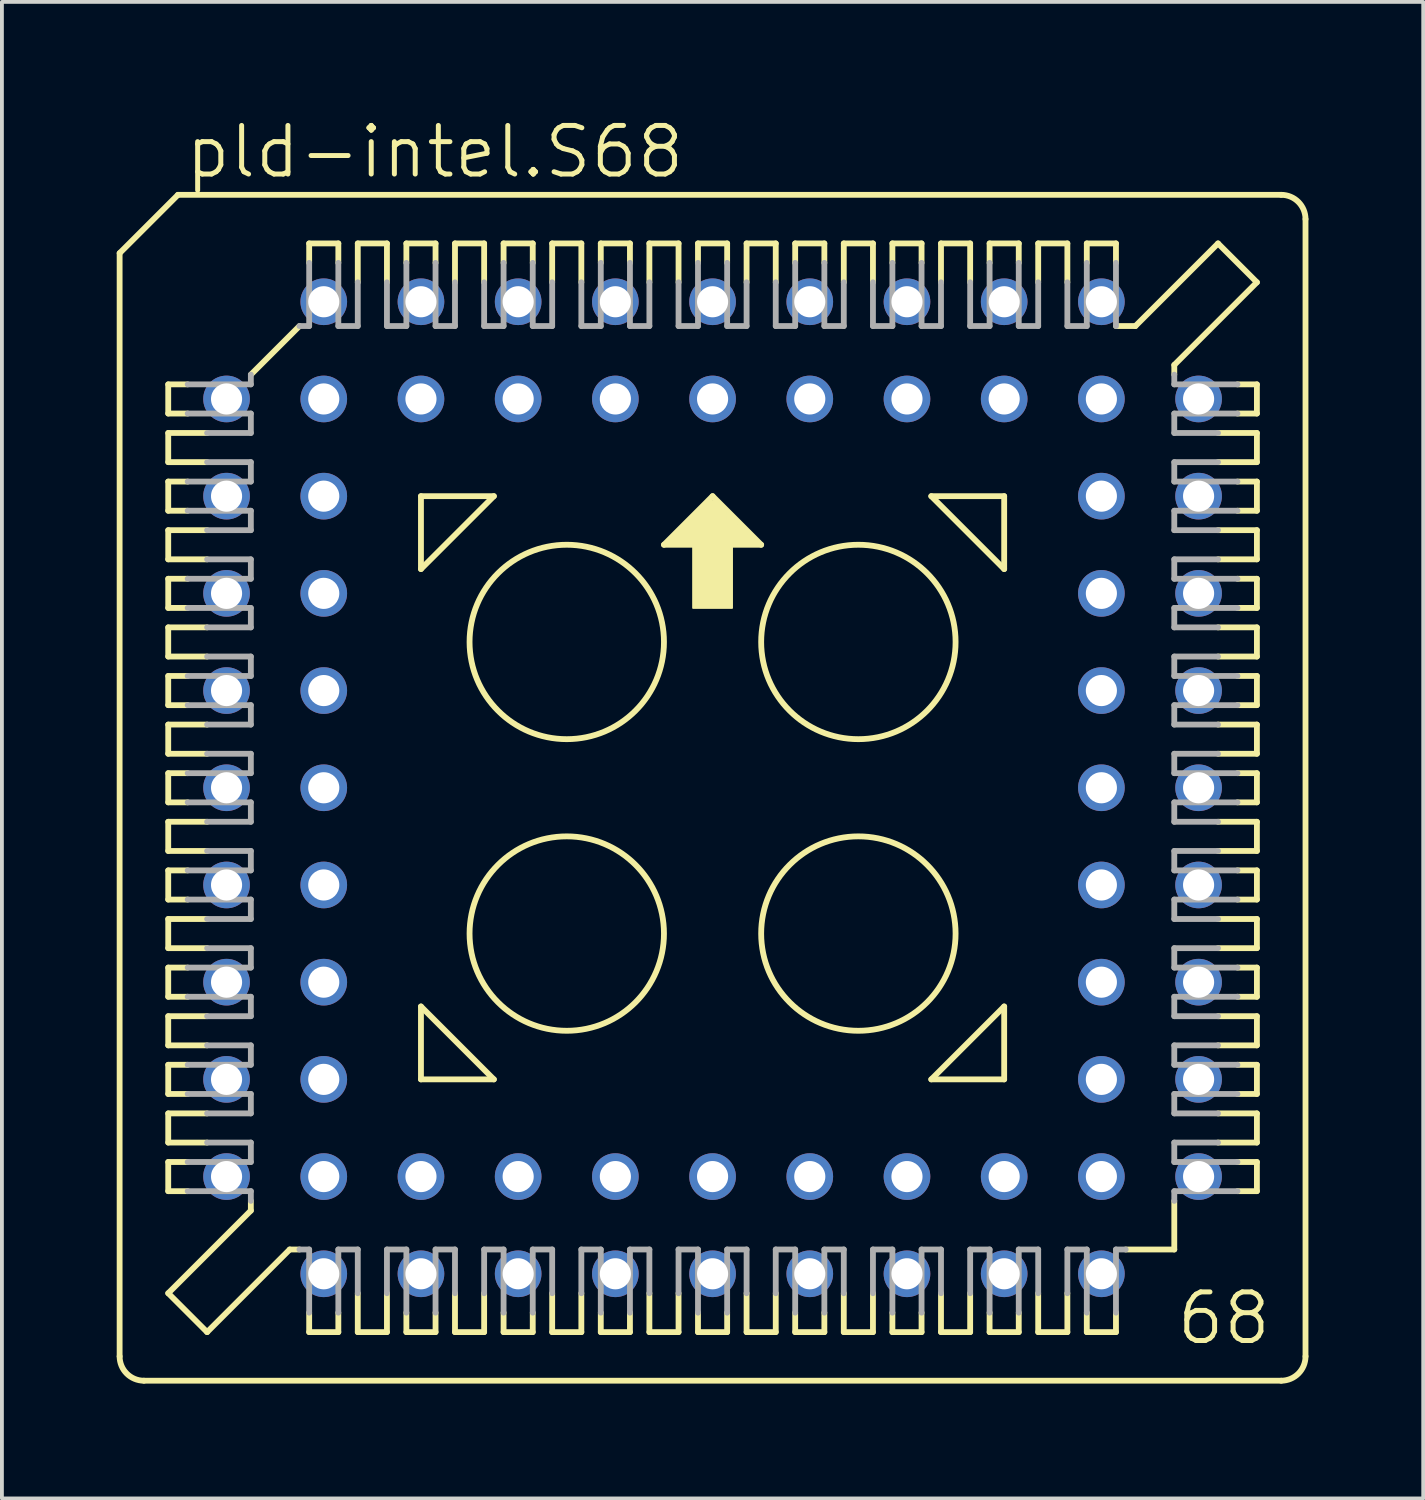
<source format=kicad_pcb>
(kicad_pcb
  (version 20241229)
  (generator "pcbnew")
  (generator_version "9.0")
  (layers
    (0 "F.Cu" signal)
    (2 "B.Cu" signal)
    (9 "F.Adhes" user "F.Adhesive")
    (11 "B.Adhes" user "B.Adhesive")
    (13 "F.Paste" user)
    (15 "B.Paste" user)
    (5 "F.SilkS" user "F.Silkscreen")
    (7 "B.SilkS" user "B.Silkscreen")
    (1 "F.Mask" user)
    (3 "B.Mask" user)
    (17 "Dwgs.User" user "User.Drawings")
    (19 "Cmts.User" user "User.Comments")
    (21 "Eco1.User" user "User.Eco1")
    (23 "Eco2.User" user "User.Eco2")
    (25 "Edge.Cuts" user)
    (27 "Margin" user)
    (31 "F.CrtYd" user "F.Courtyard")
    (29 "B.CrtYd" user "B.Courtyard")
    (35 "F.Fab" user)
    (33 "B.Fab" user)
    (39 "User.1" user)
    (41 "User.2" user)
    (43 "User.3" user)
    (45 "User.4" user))
  (footprint "pld-intel.S68"
    (layer "F.Cu")
    (at 15.57 17.535)
    (property "Reference" "pld-intel.S68" (at -13.843 -15.875 0) (layer "F.SilkS") (effects (font (size 1.27 1.27) (thickness 0.13)) (justify left bottom)))
    (attr through_hole)
    (fp_line (start -15.494 -13.97) (end -15.494 14.859) (stroke (width 0.152) (type default)) (layer "F.SilkS"))
    (fp_line (start -14.224 -10.541) (end -14.224 -9.779) (stroke (width 0.152) (type default)) (layer "F.SilkS"))
    (fp_line (start -14.224 -9.779) (end -13.716 -9.779) (stroke (width 0.152) (type default)) (layer "F.SilkS"))
    (fp_line (start -14.224 -9.271) (end -14.224 -8.509) (stroke (width 0.152) (type default)) (layer "F.SilkS"))
    (fp_line (start -14.224 -8.509) (end -13.208 -8.509) (stroke (width 0.152) (type default)) (layer "F.SilkS"))
    (fp_line (start -14.224 -8.001) (end -13.716 -8.001) (stroke (width 0.152) (type default)) (layer "F.SilkS"))
    (fp_line (start -14.224 -7.239) (end -14.224 -8.001) (stroke (width 0.152) (type default)) (layer "F.SilkS"))
    (fp_line (start -14.224 -6.731) (end -14.224 -5.969) (stroke (width 0.152) (type default)) (layer "F.SilkS"))
    (fp_line (start -14.224 -5.969) (end -13.208 -5.969) (stroke (width 0.152) (type default)) (layer "F.SilkS"))
    (fp_line (start -14.224 -5.461) (end -14.224 -4.699) (stroke (width 0.152) (type default)) (layer "F.SilkS"))
    (fp_line (start -14.224 -4.699) (end -13.716 -4.699) (stroke (width 0.152) (type default)) (layer "F.SilkS"))
    (fp_line (start -14.224 -4.191) (end -14.224 -3.429) (stroke (width 0.152) (type default)) (layer "F.SilkS"))
    (fp_line (start -14.224 -3.429) (end -13.208 -3.429) (stroke (width 0.152) (type default)) (layer "F.SilkS"))
    (fp_line (start -14.224 -2.921) (end -14.224 -2.159) (stroke (width 0.152) (type default)) (layer "F.SilkS"))
    (fp_line (start -14.224 -2.159) (end -13.716 -2.159) (stroke (width 0.152) (type default)) (layer "F.SilkS"))
    (fp_line (start -14.224 -1.651) (end -13.208 -1.651) (stroke (width 0.152) (type default)) (layer "F.SilkS"))
    (fp_line (start -14.224 -0.889) (end -14.224 -1.651) (stroke (width 0.152) (type default)) (layer "F.SilkS"))
    (fp_line (start -14.224 -0.381) (end -13.716 -0.381) (stroke (width 0.152) (type default)) (layer "F.SilkS"))
    (fp_line (start -14.224 0.381) (end -14.224 -0.381) (stroke (width 0.152) (type default)) (layer "F.SilkS"))
    (fp_line (start -14.224 0.889) (end -13.208 0.889) (stroke (width 0.152) (type default)) (layer "F.SilkS"))
    (fp_line (start -14.224 1.651) (end -14.224 0.889) (stroke (width 0.152) (type default)) (layer "F.SilkS"))
    (fp_line (start -14.224 2.159) (end -13.716 2.159) (stroke (width 0.152) (type default)) (layer "F.SilkS"))
    (fp_line (start -14.224 2.921) (end -14.224 2.159) (stroke (width 0.152) (type default)) (layer "F.SilkS"))
    (fp_line (start -14.224 3.429) (end -13.208 3.429) (stroke (width 0.152) (type default)) (layer "F.SilkS"))
    (fp_line (start -14.224 4.191) (end -14.224 3.429) (stroke (width 0.152) (type default)) (layer "F.SilkS"))
    (fp_line (start -14.224 4.699) (end -13.716 4.699) (stroke (width 0.152) (type default)) (layer "F.SilkS"))
    (fp_line (start -14.224 5.461) (end -14.224 4.699) (stroke (width 0.152) (type default)) (layer "F.SilkS"))
    (fp_line (start -14.224 5.969) (end -14.224 6.731) (stroke (width 0.152) (type default)) (layer "F.SilkS"))
    (fp_line (start -14.224 6.731) (end -13.208 6.731) (stroke (width 0.152) (type default)) (layer "F.SilkS"))
    (fp_line (start -14.224 7.239) (end -14.224 8.001) (stroke (width 0.152) (type default)) (layer "F.SilkS"))
    (fp_line (start -14.224 8.001) (end -13.716 8.001) (stroke (width 0.152) (type default)) (layer "F.SilkS"))
    (fp_line (start -14.224 8.509) (end -14.224 9.271) (stroke (width 0.152) (type default)) (layer "F.SilkS"))
    (fp_line (start -14.224 9.271) (end -13.208 9.271) (stroke (width 0.152) (type default)) (layer "F.SilkS"))
    (fp_line (start -14.224 9.779) (end -13.716 9.779) (stroke (width 0.152) (type default)) (layer "F.SilkS"))
    (fp_line (start -14.224 10.541) (end -14.224 9.779) (stroke (width 0.152) (type default)) (layer "F.SilkS"))
    (fp_line (start -14.224 13.208) (end -12.065 11.049) (stroke (width 0.152) (type default)) (layer "F.SilkS"))
    (fp_line (start -13.97 -15.494) (end -15.494 -13.97) (stroke (width 0.152) (type default)) (layer "F.SilkS"))
    (fp_line (start -13.716 -10.541) (end -14.224 -10.541) (stroke (width 0.152) (type default)) (layer "F.SilkS"))
    (fp_line (start -13.716 -7.239) (end -14.224 -7.239) (stroke (width 0.152) (type default)) (layer "F.SilkS"))
    (fp_line (start -13.716 -5.461) (end -14.224 -5.461) (stroke (width 0.152) (type default)) (layer "F.SilkS"))
    (fp_line (start -13.716 -2.921) (end -14.224 -2.921) (stroke (width 0.152) (type default)) (layer "F.SilkS"))
    (fp_line (start -13.716 0.381) (end -14.224 0.381) (stroke (width 0.152) (type default)) (layer "F.SilkS"))
    (fp_line (start -13.716 2.921) (end -14.224 2.921) (stroke (width 0.152) (type default)) (layer "F.SilkS"))
    (fp_line (start -13.716 5.461) (end -14.224 5.461) (stroke (width 0.152) (type default)) (layer "F.SilkS"))
    (fp_line (start -13.716 7.239) (end -14.224 7.239) (stroke (width 0.152) (type default)) (layer "F.SilkS"))
    (fp_line (start -13.716 10.541) (end -14.224 10.541) (stroke (width 0.152) (type default)) (layer "F.SilkS"))
    (fp_line (start -13.208 -9.271) (end -14.224 -9.271) (stroke (width 0.152) (type default)) (layer "F.SilkS"))
    (fp_line (start -13.208 -6.731) (end -14.224 -6.731) (stroke (width 0.152) (type default)) (layer "F.SilkS"))
    (fp_line (start -13.208 -4.191) (end -14.224 -4.191) (stroke (width 0.152) (type default)) (layer "F.SilkS"))
    (fp_line (start -13.208 -0.889) (end -14.224 -0.889) (stroke (width 0.152) (type default)) (layer "F.SilkS"))
    (fp_line (start -13.208 1.651) (end -14.224 1.651) (stroke (width 0.152) (type default)) (layer "F.SilkS"))
    (fp_line (start -13.208 4.191) (end -14.224 4.191) (stroke (width 0.152) (type default)) (layer "F.SilkS"))
    (fp_line (start -13.208 5.969) (end -14.224 5.969) (stroke (width 0.152) (type default)) (layer "F.SilkS"))
    (fp_line (start -13.208 8.509) (end -14.224 8.509) (stroke (width 0.152) (type default)) (layer "F.SilkS"))
    (fp_line (start -13.208 14.224) (end -14.224 13.208) (stroke (width 0.152) (type default)) (layer "F.SilkS"))
    (fp_line (start -13.208 14.224) (end -11.049 12.065) (stroke (width 0.152) (type default)) (layer "F.SilkS"))
    (fp_line (start -12.065 -10.795) (end -10.795 -12.065) (stroke (width 0.152) (type default)) (layer "F.SilkS"))
    (fp_line (start -12.065 11.049) (end -12.065 10.795) (stroke (width 0.152) (type default)) (layer "F.SilkS"))
    (fp_line (start -11.049 12.065) (end -10.795 12.065) (stroke (width 0.152) (type default)) (layer "F.SilkS"))
    (fp_line (start -10.541 -14.224) (end -10.541 -13.716) (stroke (width 0.152) (type default)) (layer "F.SilkS"))
    (fp_line (start -10.541 13.716) (end -10.541 14.224) (stroke (width 0.152) (type default)) (layer "F.SilkS"))
    (fp_line (start -10.541 14.224) (end -9.779 14.224) (stroke (width 0.152) (type default)) (layer "F.SilkS"))
    (fp_line (start -9.779 -14.224) (end -10.541 -14.224) (stroke (width 0.152) (type default)) (layer "F.SilkS"))
    (fp_line (start -9.779 -13.716) (end -9.779 -14.224) (stroke (width 0.152) (type default)) (layer "F.SilkS"))
    (fp_line (start -9.779 14.224) (end -9.779 13.716) (stroke (width 0.152) (type default)) (layer "F.SilkS"))
    (fp_line (start -9.271 -14.224) (end -9.271 -13.208) (stroke (width 0.152) (type default)) (layer "F.SilkS"))
    (fp_line (start -9.271 13.208) (end -9.271 14.224) (stroke (width 0.152) (type default)) (layer "F.SilkS"))
    (fp_line (start -9.271 14.224) (end -8.509 14.224) (stroke (width 0.152) (type default)) (layer "F.SilkS"))
    (fp_line (start -8.509 -14.224) (end -9.271 -14.224) (stroke (width 0.152) (type default)) (layer "F.SilkS"))
    (fp_line (start -8.509 -13.208) (end -8.509 -14.224) (stroke (width 0.152) (type default)) (layer "F.SilkS"))
    (fp_line (start -8.509 14.224) (end -8.509 13.208) (stroke (width 0.152) (type default)) (layer "F.SilkS"))
    (fp_line (start -8.001 -14.224) (end -8.001 -13.716) (stroke (width 0.152) (type default)) (layer "F.SilkS"))
    (fp_line (start -8.001 14.224) (end -8.001 13.716) (stroke (width 0.152) (type default)) (layer "F.SilkS"))
    (fp_line (start -7.62 -7.62) (end -5.715 -7.62) (stroke (width 0.152) (type default)) (layer "F.SilkS"))
    (fp_line (start -7.62 -5.715) (end -7.62 -7.62) (stroke (width 0.152) (type default)) (layer "F.SilkS"))
    (fp_line (start -7.62 5.715) (end -5.715 7.62) (stroke (width 0.152) (type default)) (layer "F.SilkS"))
    (fp_line (start -7.62 7.62) (end -7.62 5.715) (stroke (width 0.152) (type default)) (layer "F.SilkS"))
    (fp_line (start -7.239 -14.224) (end -8.001 -14.224) (stroke (width 0.152) (type default)) (layer "F.SilkS"))
    (fp_line (start -7.239 -13.716) (end -7.239 -14.224) (stroke (width 0.152) (type default)) (layer "F.SilkS"))
    (fp_line (start -7.239 13.716) (end -7.239 14.224) (stroke (width 0.152) (type default)) (layer "F.SilkS"))
    (fp_line (start -7.239 14.224) (end -8.001 14.224) (stroke (width 0.152) (type default)) (layer "F.SilkS"))
    (fp_line (start -6.731 -14.224) (end -6.731 -13.208) (stroke (width 0.152) (type default)) (layer "F.SilkS"))
    (fp_line (start -6.731 13.208) (end -6.731 14.224) (stroke (width 0.152) (type default)) (layer "F.SilkS"))
    (fp_line (start -6.731 14.224) (end -5.969 14.224) (stroke (width 0.152) (type default)) (layer "F.SilkS"))
    (fp_line (start -5.969 -14.224) (end -6.731 -14.224) (stroke (width 0.152) (type default)) (layer "F.SilkS"))
    (fp_line (start -5.969 -13.208) (end -5.969 -14.224) (stroke (width 0.152) (type default)) (layer "F.SilkS"))
    (fp_line (start -5.969 14.224) (end -5.969 13.208) (stroke (width 0.152) (type default)) (layer "F.SilkS"))
    (fp_line (start -5.715 -7.62) (end -7.62 -5.715) (stroke (width 0.152) (type default)) (layer "F.SilkS"))
    (fp_line (start -5.715 7.62) (end -7.62 7.62) (stroke (width 0.152) (type default)) (layer "F.SilkS"))
    (fp_line (start -5.461 -14.224) (end -5.461 -13.716) (stroke (width 0.152) (type default)) (layer "F.SilkS"))
    (fp_line (start -5.461 13.716) (end -5.461 14.224) (stroke (width 0.152) (type default)) (layer "F.SilkS"))
    (fp_line (start -5.461 14.224) (end -4.699 14.224) (stroke (width 0.152) (type default)) (layer "F.SilkS"))
    (fp_line (start -4.699 -14.224) (end -5.461 -14.224) (stroke (width 0.152) (type default)) (layer "F.SilkS"))
    (fp_line (start -4.699 -13.716) (end -4.699 -14.224) (stroke (width 0.152) (type default)) (layer "F.SilkS"))
    (fp_line (start -4.699 14.224) (end -4.699 13.716) (stroke (width 0.152) (type default)) (layer "F.SilkS"))
    (fp_line (start -4.191 -14.224) (end -4.191 -13.208) (stroke (width 0.152) (type default)) (layer "F.SilkS"))
    (fp_line (start -4.191 13.208) (end -4.191 14.224) (stroke (width 0.152) (type default)) (layer "F.SilkS"))
    (fp_line (start -4.191 14.224) (end -3.429 14.224) (stroke (width 0.152) (type default)) (layer "F.SilkS"))
    (fp_line (start -3.429 -14.224) (end -4.191 -14.224) (stroke (width 0.152) (type default)) (layer "F.SilkS"))
    (fp_line (start -3.429 -13.208) (end -3.429 -14.224) (stroke (width 0.152) (type default)) (layer "F.SilkS"))
    (fp_line (start -3.429 14.224) (end -3.429 13.208) (stroke (width 0.152) (type default)) (layer "F.SilkS"))
    (fp_line (start -2.921 -14.224) (end -2.921 -13.716) (stroke (width 0.152) (type default)) (layer "F.SilkS"))
    (fp_line (start -2.921 13.716) (end -2.921 14.224) (stroke (width 0.152) (type default)) (layer "F.SilkS"))
    (fp_line (start -2.921 14.224) (end -2.159 14.224) (stroke (width 0.152) (type default)) (layer "F.SilkS"))
    (fp_line (start -2.159 -14.224) (end -2.921 -14.224) (stroke (width 0.152) (type default)) (layer "F.SilkS"))
    (fp_line (start -2.159 -13.716) (end -2.159 -14.224) (stroke (width 0.152) (type default)) (layer "F.SilkS"))
    (fp_line (start -2.159 14.224) (end -2.159 13.716) (stroke (width 0.152) (type default)) (layer "F.SilkS"))
    (fp_line (start -1.651 -14.224) (end -1.651 -13.208) (stroke (width 0.152) (type default)) (layer "F.SilkS"))
    (fp_line (start -1.651 13.208) (end -1.651 14.224) (stroke (width 0.152) (type default)) (layer "F.SilkS"))
    (fp_line (start -1.651 14.224) (end -0.889 14.224) (stroke (width 0.152) (type default)) (layer "F.SilkS"))
    (fp_line (start -1.27 -6.35) (end 1.27 -6.35) (stroke (width 0.152) (type default)) (layer "F.SilkS"))
    (fp_line (start -0.889 -14.224) (end -1.651 -14.224) (stroke (width 0.152) (type default)) (layer "F.SilkS"))
    (fp_line (start -0.889 -13.208) (end -0.889 -14.224) (stroke (width 0.152) (type default)) (layer "F.SilkS"))
    (fp_line (start -0.889 14.224) (end -0.889 13.208) (stroke (width 0.152) (type default)) (layer "F.SilkS"))
    (fp_line (start -0.381 -14.224) (end -0.381 -13.716) (stroke (width 0.152) (type default)) (layer "F.SilkS"))
    (fp_line (start -0.381 13.716) (end -0.381 14.224) (stroke (width 0.152) (type default)) (layer "F.SilkS"))
    (fp_line (start -0.381 14.224) (end 0.381 14.224) (stroke (width 0.152) (type default)) (layer "F.SilkS"))
    (fp_line (start 0 -7.62) (end -1.27 -6.35) (stroke (width 0.152) (type default)) (layer "F.SilkS"))
    (fp_line (start 0.381 -14.224) (end -0.381 -14.224) (stroke (width 0.152) (type default)) (layer "F.SilkS"))
    (fp_line (start 0.381 -13.716) (end 0.381 -14.224) (stroke (width 0.152) (type default)) (layer "F.SilkS"))
    (fp_line (start 0.381 14.224) (end 0.381 13.716) (stroke (width 0.152) (type default)) (layer "F.SilkS"))
    (fp_line (start 0.889 -14.224) (end 0.889 -13.208) (stroke (width 0.152) (type default)) (layer "F.SilkS"))
    (fp_line (start 0.889 13.208) (end 0.889 14.224) (stroke (width 0.152) (type default)) (layer "F.SilkS"))
    (fp_line (start 0.889 14.224) (end 1.651 14.224) (stroke (width 0.152) (type default)) (layer "F.SilkS"))
    (fp_line (start 1.27 -6.35) (end 0 -7.62) (stroke (width 0.152) (type default)) (layer "F.SilkS"))
    (fp_line (start 1.651 -14.224) (end 0.889 -14.224) (stroke (width 0.152) (type default)) (layer "F.SilkS"))
    (fp_line (start 1.651 -13.208) (end 1.651 -14.224) (stroke (width 0.152) (type default)) (layer "F.SilkS"))
    (fp_line (start 1.651 14.224) (end 1.651 13.208) (stroke (width 0.152) (type default)) (layer "F.SilkS"))
    (fp_line (start 2.159 -14.224) (end 2.159 -13.716) (stroke (width 0.152) (type default)) (layer "F.SilkS"))
    (fp_line (start 2.159 13.716) (end 2.159 14.224) (stroke (width 0.152) (type default)) (layer "F.SilkS"))
    (fp_line (start 2.159 14.224) (end 2.921 14.224) (stroke (width 0.152) (type default)) (layer "F.SilkS"))
    (fp_line (start 2.921 -14.224) (end 2.159 -14.224) (stroke (width 0.152) (type default)) (layer "F.SilkS"))
    (fp_line (start 2.921 -13.716) (end 2.921 -14.224) (stroke (width 0.152) (type default)) (layer "F.SilkS"))
    (fp_line (start 2.921 14.224) (end 2.921 13.716) (stroke (width 0.152) (type default)) (layer "F.SilkS"))
    (fp_line (start 3.429 -14.224) (end 3.429 -13.208) (stroke (width 0.152) (type default)) (layer "F.SilkS"))
    (fp_line (start 3.429 13.208) (end 3.429 14.224) (stroke (width 0.152) (type default)) (layer "F.SilkS"))
    (fp_line (start 3.429 14.224) (end 4.191 14.224) (stroke (width 0.152) (type default)) (layer "F.SilkS"))
    (fp_line (start 4.191 -14.224) (end 3.429 -14.224) (stroke (width 0.152) (type default)) (layer "F.SilkS"))
    (fp_line (start 4.191 -13.208) (end 4.191 -14.224) (stroke (width 0.152) (type default)) (layer "F.SilkS"))
    (fp_line (start 4.191 14.224) (end 4.191 13.208) (stroke (width 0.152) (type default)) (layer "F.SilkS"))
    (fp_line (start 4.699 -14.224) (end 4.699 -13.716) (stroke (width 0.152) (type default)) (layer "F.SilkS"))
    (fp_line (start 4.699 13.716) (end 4.699 14.224) (stroke (width 0.152) (type default)) (layer "F.SilkS"))
    (fp_line (start 4.699 14.224) (end 5.461 14.224) (stroke (width 0.152) (type default)) (layer "F.SilkS"))
    (fp_line (start 5.461 -14.224) (end 4.699 -14.224) (stroke (width 0.152) (type default)) (layer "F.SilkS"))
    (fp_line (start 5.461 -13.716) (end 5.461 -14.224) (stroke (width 0.152) (type default)) (layer "F.SilkS"))
    (fp_line (start 5.461 14.224) (end 5.461 13.716) (stroke (width 0.152) (type default)) (layer "F.SilkS"))
    (fp_line (start 5.715 -7.62) (end 7.62 -7.62) (stroke (width 0.152) (type default)) (layer "F.SilkS"))
    (fp_line (start 5.715 7.62) (end 7.62 7.62) (stroke (width 0.152) (type default)) (layer "F.SilkS"))
    (fp_line (start 5.969 -14.224) (end 5.969 -13.208) (stroke (width 0.152) (type default)) (layer "F.SilkS"))
    (fp_line (start 5.969 13.208) (end 5.969 14.224) (stroke (width 0.152) (type default)) (layer "F.SilkS"))
    (fp_line (start 5.969 14.224) (end 6.731 14.224) (stroke (width 0.152) (type default)) (layer "F.SilkS"))
    (fp_line (start 6.731 -14.224) (end 5.969 -14.224) (stroke (width 0.152) (type default)) (layer "F.SilkS"))
    (fp_line (start 6.731 -13.208) (end 6.731 -14.224) (stroke (width 0.152) (type default)) (layer "F.SilkS"))
    (fp_line (start 6.731 14.224) (end 6.731 13.208) (stroke (width 0.152) (type default)) (layer "F.SilkS"))
    (fp_line (start 7.239 -14.224) (end 8.001 -14.224) (stroke (width 0.152) (type default)) (layer "F.SilkS"))
    (fp_line (start 7.239 -13.716) (end 7.239 -14.224) (stroke (width 0.152) (type default)) (layer "F.SilkS"))
    (fp_line (start 7.239 13.716) (end 7.239 14.224) (stroke (width 0.152) (type default)) (layer "F.SilkS"))
    (fp_line (start 7.239 14.224) (end 8.001 14.224) (stroke (width 0.152) (type default)) (layer "F.SilkS"))
    (fp_line (start 7.62 -7.62) (end 7.62 -5.715) (stroke (width 0.152) (type default)) (layer "F.SilkS"))
    (fp_line (start 7.62 -5.715) (end 5.715 -7.62) (stroke (width 0.152) (type default)) (layer "F.SilkS"))
    (fp_line (start 7.62 5.715) (end 5.715 7.62) (stroke (width 0.152) (type default)) (layer "F.SilkS"))
    (fp_line (start 7.62 7.62) (end 7.62 5.715) (stroke (width 0.152) (type default)) (layer "F.SilkS"))
    (fp_line (start 8.001 -14.224) (end 8.001 -13.716) (stroke (width 0.152) (type default)) (layer "F.SilkS"))
    (fp_line (start 8.001 14.224) (end 8.001 13.716) (stroke (width 0.152) (type default)) (layer "F.SilkS"))
    (fp_line (start 8.509 -14.224) (end 8.509 -13.208) (stroke (width 0.152) (type default)) (layer "F.SilkS"))
    (fp_line (start 8.509 13.208) (end 8.509 14.224) (stroke (width 0.152) (type default)) (layer "F.SilkS"))
    (fp_line (start 8.509 14.224) (end 9.271 14.224) (stroke (width 0.152) (type default)) (layer "F.SilkS"))
    (fp_line (start 9.271 -14.224) (end 8.509 -14.224) (stroke (width 0.152) (type default)) (layer "F.SilkS"))
    (fp_line (start 9.271 -13.208) (end 9.271 -14.224) (stroke (width 0.152) (type default)) (layer "F.SilkS"))
    (fp_line (start 9.271 14.224) (end 9.271 13.208) (stroke (width 0.152) (type default)) (layer "F.SilkS"))
    (fp_line (start 9.779 -14.224) (end 9.779 -13.716) (stroke (width 0.152) (type default)) (layer "F.SilkS"))
    (fp_line (start 9.779 13.716) (end 9.779 14.224) (stroke (width 0.152) (type default)) (layer "F.SilkS"))
    (fp_line (start 9.779 14.224) (end 10.541 14.224) (stroke (width 0.152) (type default)) (layer "F.SilkS"))
    (fp_line (start 10.541 -14.224) (end 9.779 -14.224) (stroke (width 0.152) (type default)) (layer "F.SilkS"))
    (fp_line (start 10.541 -13.716) (end 10.541 -14.224) (stroke (width 0.152) (type default)) (layer "F.SilkS"))
    (fp_line (start 10.541 14.224) (end 10.541 13.716) (stroke (width 0.152) (type default)) (layer "F.SilkS"))
    (fp_line (start 10.795 12.065) (end 12.065 12.065) (stroke (width 0.152) (type default)) (layer "F.SilkS"))
    (fp_line (start 11.049 -12.065) (end 10.541 -12.065) (stroke (width 0.152) (type default)) (layer "F.SilkS"))
    (fp_line (start 12.065 -11.049) (end 12.065 -10.795) (stroke (width 0.152) (type default)) (layer "F.SilkS"))
    (fp_line (start 12.065 12.065) (end 12.065 10.795) (stroke (width 0.152) (type default)) (layer "F.SilkS"))
    (fp_line (start 13.208 -14.224) (end 11.049 -12.065) (stroke (width 0.152) (type default)) (layer "F.SilkS"))
    (fp_line (start 13.208 -8.509) (end 14.224 -8.509) (stroke (width 0.152) (type default)) (layer "F.SilkS"))
    (fp_line (start 13.208 -5.969) (end 14.224 -5.969) (stroke (width 0.152) (type default)) (layer "F.SilkS"))
    (fp_line (start 13.208 -4.191) (end 14.224 -4.191) (stroke (width 0.152) (type default)) (layer "F.SilkS"))
    (fp_line (start 13.208 -1.651) (end 14.224 -1.651) (stroke (width 0.152) (type default)) (layer "F.SilkS"))
    (fp_line (start 13.208 0.889) (end 14.224 0.889) (stroke (width 0.152) (type default)) (layer "F.SilkS"))
    (fp_line (start 13.208 4.191) (end 14.224 4.191) (stroke (width 0.152) (type default)) (layer "F.SilkS"))
    (fp_line (start 13.208 6.731) (end 14.224 6.731) (stroke (width 0.152) (type default)) (layer "F.SilkS"))
    (fp_line (start 13.208 9.271) (end 14.224 9.271) (stroke (width 0.152) (type default)) (layer "F.SilkS"))
    (fp_line (start 13.716 -10.541) (end 14.224 -10.541) (stroke (width 0.152) (type default)) (layer "F.SilkS"))
    (fp_line (start 13.716 -7.239) (end 14.224 -7.239) (stroke (width 0.152) (type default)) (layer "F.SilkS"))
    (fp_line (start 13.716 -5.461) (end 14.224 -5.461) (stroke (width 0.152) (type default)) (layer "F.SilkS"))
    (fp_line (start 13.716 -2.921) (end 14.224 -2.921) (stroke (width 0.152) (type default)) (layer "F.SilkS"))
    (fp_line (start 13.716 -0.381) (end 14.224 -0.381) (stroke (width 0.152) (type default)) (layer "F.SilkS"))
    (fp_line (start 13.716 2.921) (end 14.224 2.921) (stroke (width 0.152) (type default)) (layer "F.SilkS"))
    (fp_line (start 13.716 5.461) (end 14.224 5.461) (stroke (width 0.152) (type default)) (layer "F.SilkS"))
    (fp_line (start 13.716 7.239) (end 14.224 7.239) (stroke (width 0.152) (type default)) (layer "F.SilkS"))
    (fp_line (start 13.716 10.541) (end 14.224 10.541) (stroke (width 0.152) (type default)) (layer "F.SilkS"))
    (fp_line (start 14.224 -13.208) (end 12.065 -11.049) (stroke (width 0.152) (type default)) (layer "F.SilkS"))
    (fp_line (start 14.224 -13.208) (end 13.208 -14.224) (stroke (width 0.152) (type default)) (layer "F.SilkS"))
    (fp_line (start 14.224 -10.541) (end 14.224 -9.779) (stroke (width 0.152) (type default)) (layer "F.SilkS"))
    (fp_line (start 14.224 -9.779) (end 13.716 -9.779) (stroke (width 0.152) (type default)) (layer "F.SilkS"))
    (fp_line (start 14.224 -9.271) (end 13.208 -9.271) (stroke (width 0.152) (type default)) (layer "F.SilkS"))
    (fp_line (start 14.224 -8.509) (end 14.224 -9.271) (stroke (width 0.152) (type default)) (layer "F.SilkS"))
    (fp_line (start 14.224 -8.001) (end 13.716 -8.001) (stroke (width 0.152) (type default)) (layer "F.SilkS"))
    (fp_line (start 14.224 -7.239) (end 14.224 -8.001) (stroke (width 0.152) (type default)) (layer "F.SilkS"))
    (fp_line (start 14.224 -6.731) (end 13.208 -6.731) (stroke (width 0.152) (type default)) (layer "F.SilkS"))
    (fp_line (start 14.224 -5.969) (end 14.224 -6.731) (stroke (width 0.152) (type default)) (layer "F.SilkS"))
    (fp_line (start 14.224 -5.461) (end 14.224 -4.699) (stroke (width 0.152) (type default)) (layer "F.SilkS"))
    (fp_line (start 14.224 -4.699) (end 13.716 -4.699) (stroke (width 0.152) (type default)) (layer "F.SilkS"))
    (fp_line (start 14.224 -4.191) (end 14.224 -3.429) (stroke (width 0.152) (type default)) (layer "F.SilkS"))
    (fp_line (start 14.224 -3.429) (end 13.208 -3.429) (stroke (width 0.152) (type default)) (layer "F.SilkS"))
    (fp_line (start 14.224 -2.921) (end 14.224 -2.159) (stroke (width 0.152) (type default)) (layer "F.SilkS"))
    (fp_line (start 14.224 -2.159) (end 13.716 -2.159) (stroke (width 0.152) (type default)) (layer "F.SilkS"))
    (fp_line (start 14.224 -1.651) (end 14.224 -0.889) (stroke (width 0.152) (type default)) (layer "F.SilkS"))
    (fp_line (start 14.224 -0.889) (end 13.208 -0.889) (stroke (width 0.152) (type default)) (layer "F.SilkS"))
    (fp_line (start 14.224 -0.381) (end 14.224 0.381) (stroke (width 0.152) (type default)) (layer "F.SilkS"))
    (fp_line (start 14.224 0.381) (end 13.716 0.381) (stroke (width 0.152) (type default)) (layer "F.SilkS"))
    (fp_line (start 14.224 0.889) (end 14.224 1.651) (stroke (width 0.152) (type default)) (layer "F.SilkS"))
    (fp_line (start 14.224 1.651) (end 13.208 1.651) (stroke (width 0.152) (type default)) (layer "F.SilkS"))
    (fp_line (start 14.224 2.159) (end 13.716 2.159) (stroke (width 0.152) (type default)) (layer "F.SilkS"))
    (fp_line (start 14.224 2.921) (end 14.224 2.159) (stroke (width 0.152) (type default)) (layer "F.SilkS"))
    (fp_line (start 14.224 3.429) (end 13.208 3.429) (stroke (width 0.152) (type default)) (layer "F.SilkS"))
    (fp_line (start 14.224 4.191) (end 14.224 3.429) (stroke (width 0.152) (type default)) (layer "F.SilkS"))
    (fp_line (start 14.224 4.699) (end 13.716 4.699) (stroke (width 0.152) (type default)) (layer "F.SilkS"))
    (fp_line (start 14.224 5.461) (end 14.224 4.699) (stroke (width 0.152) (type default)) (layer "F.SilkS"))
    (fp_line (start 14.224 5.969) (end 13.208 5.969) (stroke (width 0.152) (type default)) (layer "F.SilkS"))
    (fp_line (start 14.224 6.731) (end 14.224 5.969) (stroke (width 0.152) (type default)) (layer "F.SilkS"))
    (fp_line (start 14.224 7.239) (end 14.224 8.001) (stroke (width 0.152) (type default)) (layer "F.SilkS"))
    (fp_line (start 14.224 8.001) (end 13.716 8.001) (stroke (width 0.152) (type default)) (layer "F.SilkS"))
    (fp_line (start 14.224 8.509) (end 13.208 8.509) (stroke (width 0.152) (type default)) (layer "F.SilkS"))
    (fp_line (start 14.224 9.271) (end 14.224 8.509) (stroke (width 0.152) (type default)) (layer "F.SilkS"))
    (fp_line (start 14.224 9.779) (end 13.716 9.779) (stroke (width 0.152) (type default)) (layer "F.SilkS"))
    (fp_line (start 14.224 10.541) (end 14.224 9.779) (stroke (width 0.152) (type default)) (layer "F.SilkS"))
    (fp_line (start 14.859 -15.494) (end -13.97 -15.494) (stroke (width 0.152) (type default)) (layer "F.SilkS"))
    (fp_line (start 14.859 15.494) (end -14.859 15.494) (stroke (width 0.152) (type default)) (layer "F.SilkS"))
    (fp_line (start 15.494 -14.859) (end 15.494 14.859) (stroke (width 0.152) (type default)) (layer "F.SilkS"))
    (fp_rect (start -1.143 -6.35) (end -0.889 -6.477) (stroke (width 0.05) (type default)) (fill yes) (layer "F.SilkS"))
    (fp_rect (start -1.016 -6.477) (end -0.889 -6.604) (stroke (width 0.05) (type default)) (fill yes) (layer "F.SilkS"))
    (fp_rect (start -0.889 -6.35) (end 0.889 -6.731) (stroke (width 0.05) (type default)) (fill yes) (layer "F.SilkS"))
    (fp_rect (start -0.762 -6.731) (end -0.635 -6.858) (stroke (width 0.05) (type default)) (fill yes) (layer "F.SilkS"))
    (fp_rect (start -0.635 -6.731) (end 0.635 -6.985) (stroke (width 0.05) (type default)) (fill yes) (layer "F.SilkS"))
    (fp_rect (start -0.508 -6.985) (end -0.381 -7.112) (stroke (width 0.05) (type default)) (fill yes) (layer "F.SilkS"))
    (fp_rect (start -0.508 -4.699) (end 0.508 -6.604) (stroke (width 0.05) (type default)) (fill yes) (layer "F.SilkS"))
    (fp_rect (start -0.381 -6.985) (end 0.381 -7.239) (stroke (width 0.05) (type default)) (fill yes) (layer "F.SilkS"))
    (fp_rect (start -0.254 -7.239) (end -0.127 -7.366) (stroke (width 0.05) (type default)) (fill yes) (layer "F.SilkS"))
    (fp_rect (start -0.127 -7.239) (end 0.127 -7.493) (stroke (width 0.05) (type default)) (fill yes) (layer "F.SilkS"))
    (fp_rect (start 0.127 -7.239) (end 0.254 -7.366) (stroke (width 0.05) (type default)) (fill yes) (layer "F.SilkS"))
    (fp_rect (start 0.381 -6.985) (end 0.508 -7.112) (stroke (width 0.05) (type default)) (fill yes) (layer "F.SilkS"))
    (fp_rect (start 0.635 -6.731) (end 0.762 -6.858) (stroke (width 0.05) (type default)) (fill yes) (layer "F.SilkS"))
    (fp_rect (start 0.889 -6.477) (end 1.016 -6.604) (stroke (width 0.05) (type default)) (fill yes) (layer "F.SilkS"))
    (fp_rect (start 0.889 -6.35) (end 1.143 -6.477) (stroke (width 0.05) (type default)) (fill yes) (layer "F.SilkS"))
    (fp_arc (start -14.859 15.494) (mid -15.308013 15.308013) (end -15.494 14.859) (stroke (width 0.1524) (type default)) (layer "F.SilkS"))
    (fp_arc (start 14.859 -15.494) (mid 15.308013 -15.308013) (end 15.494 -14.859) (stroke (width 0.1524) (type default)) (layer "F.SilkS"))
    (fp_arc (start 15.494 14.859) (mid 15.308013 15.308013) (end 14.859 15.494) (stroke (width 0.1524) (type default)) (layer "F.SilkS"))
    (fp_circle (center -3.81 -3.81) (end -1.27 -3.81) (stroke (width 0.152) (type default)) (fill no) (layer "F.SilkS"))
    (fp_circle (center -3.81 3.81) (end -1.27 3.81) (stroke (width 0.152) (type default)) (fill no) (layer "F.SilkS"))
    (fp_circle (center 3.81 -3.81) (end 6.35 -3.81) (stroke (width 0.152) (type default)) (fill no) (layer "F.SilkS"))
    (fp_circle (center 3.81 3.81) (end 6.35 3.81) (stroke (width 0.152) (type default)) (fill no) (layer "F.SilkS"))
    (fp_line (start -13.716 -10.541) (end -12.065 -10.541) (stroke (width 0.152) (type default)) (layer "F.Fab"))
    (fp_line (start -13.716 -7.239) (end -12.065 -7.239) (stroke (width 0.152) (type default)) (layer "F.Fab"))
    (fp_line (start -13.716 -5.461) (end -12.065 -5.461) (stroke (width 0.152) (type default)) (layer "F.Fab"))
    (fp_line (start -13.716 -2.921) (end -12.065 -2.921) (stroke (width 0.152) (type default)) (layer "F.Fab"))
    (fp_line (start -13.716 0.381) (end -12.065 0.381) (stroke (width 0.152) (type default)) (layer "F.Fab"))
    (fp_line (start -13.716 2.921) (end -12.065 2.921) (stroke (width 0.152) (type default)) (layer "F.Fab"))
    (fp_line (start -13.716 5.461) (end -12.065 5.461) (stroke (width 0.152) (type default)) (layer "F.Fab"))
    (fp_line (start -13.716 7.239) (end -12.065 7.239) (stroke (width 0.152) (type default)) (layer "F.Fab"))
    (fp_line (start -13.716 9.779) (end -12.065 9.779) (stroke (width 0.152) (type default)) (layer "F.Fab"))
    (fp_line (start -13.716 10.541) (end -12.065 10.541) (stroke (width 0.152) (type default)) (layer "F.Fab"))
    (fp_line (start -13.208 -9.271) (end -12.065 -9.271) (stroke (width 0.152) (type default)) (layer "F.Fab"))
    (fp_line (start -13.208 -6.731) (end -12.065 -6.731) (stroke (width 0.152) (type default)) (layer "F.Fab"))
    (fp_line (start -13.208 -4.191) (end -12.065 -4.191) (stroke (width 0.152) (type default)) (layer "F.Fab"))
    (fp_line (start -13.208 -0.889) (end -12.065 -0.889) (stroke (width 0.152) (type default)) (layer "F.Fab"))
    (fp_line (start -13.208 1.651) (end -12.065 1.651) (stroke (width 0.152) (type default)) (layer "F.Fab"))
    (fp_line (start -13.208 4.191) (end -12.065 4.191) (stroke (width 0.152) (type default)) (layer "F.Fab"))
    (fp_line (start -13.208 5.969) (end -12.065 5.969) (stroke (width 0.152) (type default)) (layer "F.Fab"))
    (fp_line (start -13.208 8.509) (end -12.065 8.509) (stroke (width 0.152) (type default)) (layer "F.Fab"))
    (fp_line (start -12.065 -10.541) (end -12.065 -10.795) (stroke (width 0.152) (type default)) (layer "F.Fab"))
    (fp_line (start -12.065 -9.779) (end -13.716 -9.779) (stroke (width 0.152) (type default)) (layer "F.Fab"))
    (fp_line (start -12.065 -9.779) (end -12.065 -9.271) (stroke (width 0.152) (type default)) (layer "F.Fab"))
    (fp_line (start -12.065 -8.509) (end -13.208 -8.509) (stroke (width 0.152) (type default)) (layer "F.Fab"))
    (fp_line (start -12.065 -8.001) (end -13.716 -8.001) (stroke (width 0.152) (type default)) (layer "F.Fab"))
    (fp_line (start -12.065 -8.001) (end -12.065 -8.509) (stroke (width 0.152) (type default)) (layer "F.Fab"))
    (fp_line (start -12.065 -6.731) (end -12.065 -7.239) (stroke (width 0.152) (type default)) (layer "F.Fab"))
    (fp_line (start -12.065 -5.969) (end -13.208 -5.969) (stroke (width 0.152) (type default)) (layer "F.Fab"))
    (fp_line (start -12.065 -5.969) (end -12.065 -5.461) (stroke (width 0.152) (type default)) (layer "F.Fab"))
    (fp_line (start -12.065 -4.699) (end -13.716 -4.699) (stroke (width 0.152) (type default)) (layer "F.Fab"))
    (fp_line (start -12.065 -4.699) (end -12.065 -4.191) (stroke (width 0.152) (type default)) (layer "F.Fab"))
    (fp_line (start -12.065 -3.429) (end -13.208 -3.429) (stroke (width 0.152) (type default)) (layer "F.Fab"))
    (fp_line (start -12.065 -3.429) (end -12.065 -2.921) (stroke (width 0.152) (type default)) (layer "F.Fab"))
    (fp_line (start -12.065 -2.159) (end -13.716 -2.159) (stroke (width 0.152) (type default)) (layer "F.Fab"))
    (fp_line (start -12.065 -2.159) (end -12.065 -1.651) (stroke (width 0.152) (type default)) (layer "F.Fab"))
    (fp_line (start -12.065 -1.651) (end -13.208 -1.651) (stroke (width 0.152) (type default)) (layer "F.Fab"))
    (fp_line (start -12.065 -0.381) (end -13.716 -0.381) (stroke (width 0.152) (type default)) (layer "F.Fab"))
    (fp_line (start -12.065 -0.381) (end -12.065 -0.889) (stroke (width 0.152) (type default)) (layer "F.Fab"))
    (fp_line (start -12.065 0.889) (end -13.208 0.889) (stroke (width 0.152) (type default)) (layer "F.Fab"))
    (fp_line (start -12.065 0.889) (end -12.065 0.381) (stroke (width 0.152) (type default)) (layer "F.Fab"))
    (fp_line (start -12.065 2.159) (end -13.716 2.159) (stroke (width 0.152) (type default)) (layer "F.Fab"))
    (fp_line (start -12.065 2.159) (end -12.065 1.651) (stroke (width 0.152) (type default)) (layer "F.Fab"))
    (fp_line (start -12.065 3.429) (end -13.208 3.429) (stroke (width 0.152) (type default)) (layer "F.Fab"))
    (fp_line (start -12.065 3.429) (end -12.065 2.921) (stroke (width 0.152) (type default)) (layer "F.Fab"))
    (fp_line (start -12.065 4.699) (end -13.716 4.699) (stroke (width 0.152) (type default)) (layer "F.Fab"))
    (fp_line (start -12.065 4.699) (end -12.065 4.191) (stroke (width 0.152) (type default)) (layer "F.Fab"))
    (fp_line (start -12.065 5.461) (end -12.065 5.969) (stroke (width 0.152) (type default)) (layer "F.Fab"))
    (fp_line (start -12.065 6.731) (end -13.208 6.731) (stroke (width 0.152) (type default)) (layer "F.Fab"))
    (fp_line (start -12.065 6.731) (end -12.065 7.239) (stroke (width 0.152) (type default)) (layer "F.Fab"))
    (fp_line (start -12.065 8.001) (end -13.716 8.001) (stroke (width 0.152) (type default)) (layer "F.Fab"))
    (fp_line (start -12.065 8.001) (end -12.065 8.509) (stroke (width 0.152) (type default)) (layer "F.Fab"))
    (fp_line (start -12.065 9.271) (end -13.208 9.271) (stroke (width 0.152) (type default)) (layer "F.Fab"))
    (fp_line (start -12.065 9.271) (end -12.065 9.779) (stroke (width 0.152) (type default)) (layer "F.Fab"))
    (fp_line (start -12.065 10.541) (end -12.065 10.795) (stroke (width 0.152) (type default)) (layer "F.Fab"))
    (fp_line (start -10.795 -12.065) (end -10.541 -12.065) (stroke (width 0.152) (type default)) (layer "F.Fab"))
    (fp_line (start -10.541 -12.065) (end -10.541 -13.716) (stroke (width 0.152) (type default)) (layer "F.Fab"))
    (fp_line (start -10.541 12.065) (end -10.795 12.065) (stroke (width 0.152) (type default)) (layer "F.Fab"))
    (fp_line (start -10.541 13.716) (end -10.541 12.065) (stroke (width 0.152) (type default)) (layer "F.Fab"))
    (fp_line (start -9.779 -13.716) (end -9.779 -12.065) (stroke (width 0.152) (type default)) (layer "F.Fab"))
    (fp_line (start -9.779 12.065) (end -9.779 13.716) (stroke (width 0.152) (type default)) (layer "F.Fab"))
    (fp_line (start -9.779 12.065) (end -9.271 12.065) (stroke (width 0.152) (type default)) (layer "F.Fab"))
    (fp_line (start -9.271 -12.065) (end -9.779 -12.065) (stroke (width 0.152) (type default)) (layer "F.Fab"))
    (fp_line (start -9.271 -12.065) (end -9.271 -13.208) (stroke (width 0.152) (type default)) (layer "F.Fab"))
    (fp_line (start -9.271 13.208) (end -9.271 12.065) (stroke (width 0.152) (type default)) (layer "F.Fab"))
    (fp_line (start -8.509 -13.208) (end -8.509 -12.065) (stroke (width 0.152) (type default)) (layer "F.Fab"))
    (fp_line (start -8.509 12.065) (end -8.509 13.208) (stroke (width 0.152) (type default)) (layer "F.Fab"))
    (fp_line (start -8.001 -12.065) (end -8.509 -12.065) (stroke (width 0.152) (type default)) (layer "F.Fab"))
    (fp_line (start -8.001 -12.065) (end -8.001 -13.716) (stroke (width 0.152) (type default)) (layer "F.Fab"))
    (fp_line (start -8.001 12.065) (end -8.509 12.065) (stroke (width 0.152) (type default)) (layer "F.Fab"))
    (fp_line (start -8.001 12.065) (end -8.001 13.716) (stroke (width 0.152) (type default)) (layer "F.Fab"))
    (fp_line (start -7.239 -13.716) (end -7.239 -12.065) (stroke (width 0.152) (type default)) (layer "F.Fab"))
    (fp_line (start -7.239 13.716) (end -7.239 12.065) (stroke (width 0.152) (type default)) (layer "F.Fab"))
    (fp_line (start -6.731 -12.065) (end -7.239 -12.065) (stroke (width 0.152) (type default)) (layer "F.Fab"))
    (fp_line (start -6.731 -12.065) (end -6.731 -13.208) (stroke (width 0.152) (type default)) (layer "F.Fab"))
    (fp_line (start -6.731 12.065) (end -7.239 12.065) (stroke (width 0.152) (type default)) (layer "F.Fab"))
    (fp_line (start -6.731 13.208) (end -6.731 12.065) (stroke (width 0.152) (type default)) (layer "F.Fab"))
    (fp_line (start -5.969 -13.208) (end -5.969 -12.065) (stroke (width 0.152) (type default)) (layer "F.Fab"))
    (fp_line (start -5.969 12.065) (end -5.969 13.208) (stroke (width 0.152) (type default)) (layer "F.Fab"))
    (fp_line (start -5.969 12.065) (end -5.461 12.065) (stroke (width 0.152) (type default)) (layer "F.Fab"))
    (fp_line (start -5.461 -12.065) (end -5.969 -12.065) (stroke (width 0.152) (type default)) (layer "F.Fab"))
    (fp_line (start -5.461 -12.065) (end -5.461 -13.716) (stroke (width 0.152) (type default)) (layer "F.Fab"))
    (fp_line (start -5.461 13.716) (end -5.461 12.065) (stroke (width 0.152) (type default)) (layer "F.Fab"))
    (fp_line (start -4.699 -13.716) (end -4.699 -12.065) (stroke (width 0.152) (type default)) (layer "F.Fab"))
    (fp_line (start -4.699 12.065) (end -4.699 13.716) (stroke (width 0.152) (type default)) (layer "F.Fab"))
    (fp_line (start -4.699 12.065) (end -4.191 12.065) (stroke (width 0.152) (type default)) (layer "F.Fab"))
    (fp_line (start -4.191 -12.065) (end -4.699 -12.065) (stroke (width 0.152) (type default)) (layer "F.Fab"))
    (fp_line (start -4.191 -12.065) (end -4.191 -13.208) (stroke (width 0.152) (type default)) (layer "F.Fab"))
    (fp_line (start -4.191 13.208) (end -4.191 12.065) (stroke (width 0.152) (type default)) (layer "F.Fab"))
    (fp_line (start -3.429 -13.208) (end -3.429 -12.065) (stroke (width 0.152) (type default)) (layer "F.Fab"))
    (fp_line (start -3.429 12.065) (end -3.429 13.208) (stroke (width 0.152) (type default)) (layer "F.Fab"))
    (fp_line (start -3.429 12.065) (end -2.921 12.065) (stroke (width 0.152) (type default)) (layer "F.Fab"))
    (fp_line (start -2.921 -12.065) (end -3.429 -12.065) (stroke (width 0.152) (type default)) (layer "F.Fab"))
    (fp_line (start -2.921 -12.065) (end -2.921 -13.716) (stroke (width 0.152) (type default)) (layer "F.Fab"))
    (fp_line (start -2.921 13.716) (end -2.921 12.065) (stroke (width 0.152) (type default)) (layer "F.Fab"))
    (fp_line (start -2.159 -13.716) (end -2.159 -12.065) (stroke (width 0.152) (type default)) (layer "F.Fab"))
    (fp_line (start -2.159 12.065) (end -2.159 13.716) (stroke (width 0.152) (type default)) (layer "F.Fab"))
    (fp_line (start -2.159 12.065) (end -1.651 12.065) (stroke (width 0.152) (type default)) (layer "F.Fab"))
    (fp_line (start -1.651 -12.065) (end -2.159 -12.065) (stroke (width 0.152) (type default)) (layer "F.Fab"))
    (fp_line (start -1.651 -12.065) (end -1.651 -13.208) (stroke (width 0.152) (type default)) (layer "F.Fab"))
    (fp_line (start -1.651 13.208) (end -1.651 12.065) (stroke (width 0.152) (type default)) (layer "F.Fab"))
    (fp_line (start -0.889 -13.208) (end -0.889 -12.065) (stroke (width 0.152) (type default)) (layer "F.Fab"))
    (fp_line (start -0.889 12.065) (end -0.889 13.208) (stroke (width 0.152) (type default)) (layer "F.Fab"))
    (fp_line (start -0.889 12.065) (end -0.381 12.065) (stroke (width 0.152) (type default)) (layer "F.Fab"))
    (fp_line (start -0.381 -12.065) (end -0.889 -12.065) (stroke (width 0.152) (type default)) (layer "F.Fab"))
    (fp_line (start -0.381 -12.065) (end -0.381 -13.716) (stroke (width 0.152) (type default)) (layer "F.Fab"))
    (fp_line (start -0.381 13.716) (end -0.381 12.065) (stroke (width 0.152) (type default)) (layer "F.Fab"))
    (fp_line (start 0.381 -13.716) (end 0.381 -12.065) (stroke (width 0.152) (type default)) (layer "F.Fab"))
    (fp_line (start 0.381 12.065) (end 0.381 13.716) (stroke (width 0.152) (type default)) (layer "F.Fab"))
    (fp_line (start 0.381 12.065) (end 0.889 12.065) (stroke (width 0.152) (type default)) (layer "F.Fab"))
    (fp_line (start 0.889 -12.065) (end 0.381 -12.065) (stroke (width 0.152) (type default)) (layer "F.Fab"))
    (fp_line (start 0.889 -12.065) (end 0.889 -13.208) (stroke (width 0.152) (type default)) (layer "F.Fab"))
    (fp_line (start 0.889 13.208) (end 0.889 12.065) (stroke (width 0.152) (type default)) (layer "F.Fab"))
    (fp_line (start 1.651 -13.208) (end 1.651 -12.065) (stroke (width 0.152) (type default)) (layer "F.Fab"))
    (fp_line (start 1.651 12.065) (end 1.651 13.208) (stroke (width 0.152) (type default)) (layer "F.Fab"))
    (fp_line (start 1.651 12.065) (end 2.159 12.065) (stroke (width 0.152) (type default)) (layer "F.Fab"))
    (fp_line (start 2.159 -12.065) (end 1.651 -12.065) (stroke (width 0.152) (type default)) (layer "F.Fab"))
    (fp_line (start 2.159 -12.065) (end 2.159 -13.716) (stroke (width 0.152) (type default)) (layer "F.Fab"))
    (fp_line (start 2.159 13.716) (end 2.159 12.065) (stroke (width 0.152) (type default)) (layer "F.Fab"))
    (fp_line (start 2.921 -13.716) (end 2.921 -12.065) (stroke (width 0.152) (type default)) (layer "F.Fab"))
    (fp_line (start 2.921 12.065) (end 2.921 13.716) (stroke (width 0.152) (type default)) (layer "F.Fab"))
    (fp_line (start 2.921 12.065) (end 3.429 12.065) (stroke (width 0.152) (type default)) (layer "F.Fab"))
    (fp_line (start 3.429 -12.065) (end 2.921 -12.065) (stroke (width 0.152) (type default)) (layer "F.Fab"))
    (fp_line (start 3.429 -12.065) (end 3.429 -13.208) (stroke (width 0.152) (type default)) (layer "F.Fab"))
    (fp_line (start 3.429 13.208) (end 3.429 12.065) (stroke (width 0.152) (type default)) (layer "F.Fab"))
    (fp_line (start 4.191 -13.208) (end 4.191 -12.065) (stroke (width 0.152) (type default)) (layer "F.Fab"))
    (fp_line (start 4.191 12.065) (end 4.191 13.208) (stroke (width 0.152) (type default)) (layer "F.Fab"))
    (fp_line (start 4.191 12.065) (end 4.699 12.065) (stroke (width 0.152) (type default)) (layer "F.Fab"))
    (fp_line (start 4.699 -12.065) (end 4.191 -12.065) (stroke (width 0.152) (type default)) (layer "F.Fab"))
    (fp_line (start 4.699 -12.065) (end 4.699 -13.716) (stroke (width 0.152) (type default)) (layer "F.Fab"))
    (fp_line (start 4.699 13.716) (end 4.699 12.065) (stroke (width 0.152) (type default)) (layer "F.Fab"))
    (fp_line (start 5.461 -13.716) (end 5.461 -12.065) (stroke (width 0.152) (type default)) (layer "F.Fab"))
    (fp_line (start 5.461 12.065) (end 5.461 13.716) (stroke (width 0.152) (type default)) (layer "F.Fab"))
    (fp_line (start 5.461 12.065) (end 5.969 12.065) (stroke (width 0.152) (type default)) (layer "F.Fab"))
    (fp_line (start 5.969 -12.065) (end 5.461 -12.065) (stroke (width 0.152) (type default)) (layer "F.Fab"))
    (fp_line (start 5.969 -12.065) (end 5.969 -13.208) (stroke (width 0.152) (type default)) (layer "F.Fab"))
    (fp_line (start 5.969 13.208) (end 5.969 12.065) (stroke (width 0.152) (type default)) (layer "F.Fab"))
    (fp_line (start 6.731 -13.208) (end 6.731 -12.065) (stroke (width 0.152) (type default)) (layer "F.Fab"))
    (fp_line (start 6.731 -12.065) (end 7.239 -12.065) (stroke (width 0.152) (type default)) (layer "F.Fab"))
    (fp_line (start 6.731 12.065) (end 6.731 13.208) (stroke (width 0.152) (type default)) (layer "F.Fab"))
    (fp_line (start 6.731 12.065) (end 7.239 12.065) (stroke (width 0.152) (type default)) (layer "F.Fab"))
    (fp_line (start 7.239 -13.716) (end 7.239 -12.065) (stroke (width 0.152) (type default)) (layer "F.Fab"))
    (fp_line (start 7.239 13.716) (end 7.239 12.065) (stroke (width 0.152) (type default)) (layer "F.Fab"))
    (fp_line (start 8.001 -12.065) (end 8.001 -13.716) (stroke (width 0.152) (type default)) (layer "F.Fab"))
    (fp_line (start 8.001 -12.065) (end 8.509 -12.065) (stroke (width 0.152) (type default)) (layer "F.Fab"))
    (fp_line (start 8.001 12.065) (end 8.001 13.716) (stroke (width 0.152) (type default)) (layer "F.Fab"))
    (fp_line (start 8.001 12.065) (end 8.509 12.065) (stroke (width 0.152) (type default)) (layer "F.Fab"))
    (fp_line (start 8.509 -12.065) (end 8.509 -13.208) (stroke (width 0.152) (type default)) (layer "F.Fab"))
    (fp_line (start 8.509 13.208) (end 8.509 12.065) (stroke (width 0.152) (type default)) (layer "F.Fab"))
    (fp_line (start 9.271 -13.208) (end 9.271 -12.065) (stroke (width 0.152) (type default)) (layer "F.Fab"))
    (fp_line (start 9.271 13.208) (end 9.271 12.065) (stroke (width 0.152) (type default)) (layer "F.Fab"))
    (fp_line (start 9.779 -12.065) (end 9.271 -12.065) (stroke (width 0.152) (type default)) (layer "F.Fab"))
    (fp_line (start 9.779 -12.065) (end 9.779 -13.716) (stroke (width 0.152) (type default)) (layer "F.Fab"))
    (fp_line (start 9.779 12.065) (end 9.271 12.065) (stroke (width 0.152) (type default)) (layer "F.Fab"))
    (fp_line (start 9.779 13.716) (end 9.779 12.065) (stroke (width 0.152) (type default)) (layer "F.Fab"))
    (fp_line (start 10.541 -13.716) (end 10.541 -12.065) (stroke (width 0.152) (type default)) (layer "F.Fab"))
    (fp_line (start 10.541 12.065) (end 10.541 13.716) (stroke (width 0.152) (type default)) (layer "F.Fab"))
    (fp_line (start 10.795 12.065) (end 10.541 12.065) (stroke (width 0.152) (type default)) (layer "F.Fab"))
    (fp_line (start 12.065 -10.541) (end 12.065 -10.795) (stroke (width 0.152) (type default)) (layer "F.Fab"))
    (fp_line (start 12.065 -9.779) (end 12.065 -9.271) (stroke (width 0.152) (type default)) (layer "F.Fab"))
    (fp_line (start 12.065 -9.779) (end 13.716 -9.779) (stroke (width 0.152) (type default)) (layer "F.Fab"))
    (fp_line (start 12.065 -9.271) (end 13.208 -9.271) (stroke (width 0.152) (type default)) (layer "F.Fab"))
    (fp_line (start 12.065 -8.001) (end 12.065 -8.509) (stroke (width 0.152) (type default)) (layer "F.Fab"))
    (fp_line (start 12.065 -8.001) (end 13.716 -8.001) (stroke (width 0.152) (type default)) (layer "F.Fab"))
    (fp_line (start 12.065 -6.731) (end 12.065 -7.239) (stroke (width 0.152) (type default)) (layer "F.Fab"))
    (fp_line (start 12.065 -6.731) (end 13.208 -6.731) (stroke (width 0.152) (type default)) (layer "F.Fab"))
    (fp_line (start 12.065 -5.461) (end 12.065 -5.969) (stroke (width 0.152) (type default)) (layer "F.Fab"))
    (fp_line (start 12.065 -4.699) (end 12.065 -4.191) (stroke (width 0.152) (type default)) (layer "F.Fab"))
    (fp_line (start 12.065 -4.699) (end 13.716 -4.699) (stroke (width 0.152) (type default)) (layer "F.Fab"))
    (fp_line (start 12.065 -3.429) (end 12.065 -2.921) (stroke (width 0.152) (type default)) (layer "F.Fab"))
    (fp_line (start 12.065 -3.429) (end 13.208 -3.429) (stroke (width 0.152) (type default)) (layer "F.Fab"))
    (fp_line (start 12.065 -2.159) (end 12.065 -1.651) (stroke (width 0.152) (type default)) (layer "F.Fab"))
    (fp_line (start 12.065 -2.159) (end 13.716 -2.159) (stroke (width 0.152) (type default)) (layer "F.Fab"))
    (fp_line (start 12.065 -0.889) (end 12.065 -0.381) (stroke (width 0.152) (type default)) (layer "F.Fab"))
    (fp_line (start 12.065 -0.889) (end 13.208 -0.889) (stroke (width 0.152) (type default)) (layer "F.Fab"))
    (fp_line (start 12.065 0.381) (end 12.065 0.889) (stroke (width 0.152) (type default)) (layer "F.Fab"))
    (fp_line (start 12.065 0.381) (end 13.716 0.381) (stroke (width 0.152) (type default)) (layer "F.Fab"))
    (fp_line (start 12.065 1.651) (end 12.065 2.159) (stroke (width 0.152) (type default)) (layer "F.Fab"))
    (fp_line (start 12.065 1.651) (end 13.208 1.651) (stroke (width 0.152) (type default)) (layer "F.Fab"))
    (fp_line (start 12.065 2.159) (end 13.716 2.159) (stroke (width 0.152) (type default)) (layer "F.Fab"))
    (fp_line (start 12.065 3.429) (end 12.065 2.921) (stroke (width 0.152) (type default)) (layer "F.Fab"))
    (fp_line (start 12.065 3.429) (end 13.208 3.429) (stroke (width 0.152) (type default)) (layer "F.Fab"))
    (fp_line (start 12.065 4.699) (end 12.065 4.191) (stroke (width 0.152) (type default)) (layer "F.Fab"))
    (fp_line (start 12.065 4.699) (end 13.716 4.699) (stroke (width 0.152) (type default)) (layer "F.Fab"))
    (fp_line (start 12.065 5.969) (end 12.065 5.461) (stroke (width 0.152) (type default)) (layer "F.Fab"))
    (fp_line (start 12.065 5.969) (end 13.208 5.969) (stroke (width 0.152) (type default)) (layer "F.Fab"))
    (fp_line (start 12.065 6.731) (end 12.065 7.239) (stroke (width 0.152) (type default)) (layer "F.Fab"))
    (fp_line (start 12.065 8.001) (end 12.065 8.509) (stroke (width 0.152) (type default)) (layer "F.Fab"))
    (fp_line (start 12.065 8.001) (end 13.716 8.001) (stroke (width 0.152) (type default)) (layer "F.Fab"))
    (fp_line (start 12.065 8.509) (end 13.208 8.509) (stroke (width 0.152) (type default)) (layer "F.Fab"))
    (fp_line (start 12.065 9.779) (end 12.065 9.271) (stroke (width 0.152) (type default)) (layer "F.Fab"))
    (fp_line (start 12.065 9.779) (end 13.716 9.779) (stroke (width 0.152) (type default)) (layer "F.Fab"))
    (fp_line (start 12.065 10.541) (end 12.065 10.795) (stroke (width 0.152) (type default)) (layer "F.Fab"))
    (fp_line (start 13.208 -8.509) (end 12.065 -8.509) (stroke (width 0.152) (type default)) (layer "F.Fab"))
    (fp_line (start 13.208 -5.969) (end 12.065 -5.969) (stroke (width 0.152) (type default)) (layer "F.Fab"))
    (fp_line (start 13.208 -4.191) (end 12.065 -4.191) (stroke (width 0.152) (type default)) (layer "F.Fab"))
    (fp_line (start 13.208 -1.651) (end 12.065 -1.651) (stroke (width 0.152) (type default)) (layer "F.Fab"))
    (fp_line (start 13.208 0.889) (end 12.065 0.889) (stroke (width 0.152) (type default)) (layer "F.Fab"))
    (fp_line (start 13.208 4.191) (end 12.065 4.191) (stroke (width 0.152) (type default)) (layer "F.Fab"))
    (fp_line (start 13.208 6.731) (end 12.065 6.731) (stroke (width 0.152) (type default)) (layer "F.Fab"))
    (fp_line (start 13.208 9.271) (end 12.065 9.271) (stroke (width 0.152) (type default)) (layer "F.Fab"))
    (fp_line (start 13.716 -10.541) (end 12.065 -10.541) (stroke (width 0.152) (type default)) (layer "F.Fab"))
    (fp_line (start 13.716 -7.239) (end 12.065 -7.239) (stroke (width 0.152) (type default)) (layer "F.Fab"))
    (fp_line (start 13.716 -5.461) (end 12.065 -5.461) (stroke (width 0.152) (type default)) (layer "F.Fab"))
    (fp_line (start 13.716 -2.921) (end 12.065 -2.921) (stroke (width 0.152) (type default)) (layer "F.Fab"))
    (fp_line (start 13.716 -0.381) (end 12.065 -0.381) (stroke (width 0.152) (type default)) (layer "F.Fab"))
    (fp_line (start 13.716 2.921) (end 12.065 2.921) (stroke (width 0.152) (type default)) (layer "F.Fab"))
    (fp_line (start 13.716 5.461) (end 12.065 5.461) (stroke (width 0.152) (type default)) (layer "F.Fab"))
    (fp_line (start 13.716 7.239) (end 12.065 7.239) (stroke (width 0.152) (type default)) (layer "F.Fab"))
    (fp_line (start 13.716 10.541) (end 12.065 10.541) (stroke (width 0.152) (type default)) (layer "F.Fab"))
    (fp_text user "68" (at 12.065 14.605 0) (layer "F.SilkS") (effects (font (size 1.27 1.27) (thickness 0.13)) (justify left bottom)))
    (pad "1" thru_hole circle (at 0 -12.7) (size 1.219 1.219) (drill 0.813) (layers "*.Cu" "*.Mask"))
    (pad "2" thru_hole circle (at 0 -10.16) (size 1.219 1.219) (drill 0.813) (layers "*.Cu" "*.Mask"))
    (pad "3" thru_hole circle (at -2.54 -12.7) (size 1.219 1.219) (drill 0.813) (layers "*.Cu" "*.Mask"))
    (pad "4" thru_hole circle (at -2.54 -10.16) (size 1.219 1.219) (drill 0.813) (layers "*.Cu" "*.Mask"))
    (pad "5" thru_hole circle (at -5.08 -12.7) (size 1.219 1.219) (drill 0.813) (layers "*.Cu" "*.Mask"))
    (pad "6" thru_hole circle (at -5.08 -10.16) (size 1.219 1.219) (drill 0.813) (layers "*.Cu" "*.Mask"))
    (pad "7" thru_hole circle (at -7.62 -12.7) (size 1.219 1.219) (drill 0.813) (layers "*.Cu" "*.Mask"))
    (pad "8" thru_hole circle (at -7.62 -10.16) (size 1.219 1.219) (drill 0.813) (layers "*.Cu" "*.Mask"))
    (pad "9" thru_hole circle (at -10.16 -12.7) (size 1.219 1.219) (drill 0.813) (layers "*.Cu" "*.Mask"))
    (pad "10" thru_hole circle (at -12.7 -10.16) (size 1.219 1.219) (drill 0.813) (layers "*.Cu" "*.Mask"))
    (pad "11" thru_hole circle (at -10.16 -10.16) (size 1.219 1.219) (drill 0.813) (layers "*.Cu" "*.Mask"))
    (pad "12" thru_hole circle (at -12.7 -7.62) (size 1.219 1.219) (drill 0.813) (layers "*.Cu" "*.Mask"))
    (pad "13" thru_hole circle (at -10.16 -7.62) (size 1.219 1.219) (drill 0.813) (layers "*.Cu" "*.Mask"))
    (pad "14" thru_hole circle (at -12.7 -5.08) (size 1.219 1.219) (drill 0.813) (layers "*.Cu" "*.Mask"))
    (pad "15" thru_hole circle (at -10.16 -5.08) (size 1.219 1.219) (drill 0.813) (layers "*.Cu" "*.Mask"))
    (pad "16" thru_hole circle (at -12.7 -2.54) (size 1.219 1.219) (drill 0.813) (layers "*.Cu" "*.Mask"))
    (pad "17" thru_hole circle (at -10.16 -2.54) (size 1.219 1.219) (drill 0.813) (layers "*.Cu" "*.Mask"))
    (pad "18" thru_hole circle (at -12.7 0) (size 1.219 1.219) (drill 0.813) (layers "*.Cu" "*.Mask"))
    (pad "19" thru_hole circle (at -10.16 0) (size 1.219 1.219) (drill 0.813) (layers "*.Cu" "*.Mask"))
    (pad "20" thru_hole circle (at -12.7 2.54) (size 1.219 1.219) (drill 0.813) (layers "*.Cu" "*.Mask"))
    (pad "21" thru_hole circle (at -10.16 2.54) (size 1.219 1.219) (drill 0.813) (layers "*.Cu" "*.Mask"))
    (pad "22" thru_hole circle (at -12.7 5.08) (size 1.219 1.219) (drill 0.813) (layers "*.Cu" "*.Mask"))
    (pad "23" thru_hole circle (at -10.16 5.08) (size 1.219 1.219) (drill 0.813) (layers "*.Cu" "*.Mask"))
    (pad "24" thru_hole circle (at -12.7 7.62) (size 1.219 1.219) (drill 0.813) (layers "*.Cu" "*.Mask"))
    (pad "25" thru_hole circle (at -10.16 7.62) (size 1.219 1.219) (drill 0.813) (layers "*.Cu" "*.Mask"))
    (pad "26" thru_hole circle (at -12.7 10.16) (size 1.219 1.219) (drill 0.813) (layers "*.Cu" "*.Mask"))
    (pad "27" thru_hole circle (at -10.16 12.7) (size 1.219 1.219) (drill 0.813) (layers "*.Cu" "*.Mask"))
    (pad "28" thru_hole circle (at -10.16 10.16) (size 1.219 1.219) (drill 0.813) (layers "*.Cu" "*.Mask"))
    (pad "29" thru_hole circle (at -7.62 12.7) (size 1.219 1.219) (drill 0.813) (layers "*.Cu" "*.Mask"))
    (pad "30" thru_hole circle (at -7.62 10.16) (size 1.219 1.219) (drill 0.813) (layers "*.Cu" "*.Mask"))
    (pad "31" thru_hole circle (at -5.08 12.7) (size 1.219 1.219) (drill 0.813) (layers "*.Cu" "*.Mask"))
    (pad "32" thru_hole circle (at -5.08 10.16) (size 1.219 1.219) (drill 0.813) (layers "*.Cu" "*.Mask"))
    (pad "33" thru_hole circle (at -2.54 12.7) (size 1.219 1.219) (drill 0.813) (layers "*.Cu" "*.Mask"))
    (pad "34" thru_hole circle (at -2.54 10.16) (size 1.219 1.219) (drill 0.813) (layers "*.Cu" "*.Mask"))
    (pad "35" thru_hole circle (at 0 12.7) (size 1.219 1.219) (drill 0.813) (layers "*.Cu" "*.Mask"))
    (pad "36" thru_hole circle (at 0 10.16) (size 1.219 1.219) (drill 0.813) (layers "*.Cu" "*.Mask"))
    (pad "37" thru_hole circle (at 2.54 12.7) (size 1.219 1.219) (drill 0.813) (layers "*.Cu" "*.Mask"))
    (pad "38" thru_hole circle (at 2.54 10.16) (size 1.219 1.219) (drill 0.813) (layers "*.Cu" "*.Mask"))
    (pad "39" thru_hole circle (at 5.08 12.7) (size 1.219 1.219) (drill 0.813) (layers "*.Cu" "*.Mask"))
    (pad "40" thru_hole circle (at 5.08 10.16) (size 1.219 1.219) (drill 0.813) (layers "*.Cu" "*.Mask"))
    (pad "41" thru_hole circle (at 7.62 12.7) (size 1.219 1.219) (drill 0.813) (layers "*.Cu" "*.Mask"))
    (pad "42" thru_hole circle (at 7.62 10.16) (size 1.219 1.219) (drill 0.813) (layers "*.Cu" "*.Mask"))
    (pad "43" thru_hole circle (at 10.16 12.7) (size 1.219 1.219) (drill 0.813) (layers "*.Cu" "*.Mask"))
    (pad "44" thru_hole circle (at 12.7 10.16) (size 1.219 1.219) (drill 0.813) (layers "*.Cu" "*.Mask"))
    (pad "45" thru_hole circle (at 10.16 10.16) (size 1.219 1.219) (drill 0.813) (layers "*.Cu" "*.Mask"))
    (pad "46" thru_hole circle (at 12.7 7.62) (size 1.219 1.219) (drill 0.813) (layers "*.Cu" "*.Mask"))
    (pad "47" thru_hole circle (at 10.16 7.62) (size 1.219 1.219) (drill 0.813) (layers "*.Cu" "*.Mask"))
    (pad "48" thru_hole circle (at 12.7 5.08) (size 1.219 1.219) (drill 0.813) (layers "*.Cu" "*.Mask"))
    (pad "49" thru_hole circle (at 10.16 5.08) (size 1.219 1.219) (drill 0.813) (layers "*.Cu" "*.Mask"))
    (pad "50" thru_hole circle (at 12.7 2.54) (size 1.219 1.219) (drill 0.813) (layers "*.Cu" "*.Mask"))
    (pad "51" thru_hole circle (at 10.16 2.54) (size 1.219 1.219) (drill 0.813) (layers "*.Cu" "*.Mask"))
    (pad "52" thru_hole circle (at 12.7 0) (size 1.219 1.219) (drill 0.813) (layers "*.Cu" "*.Mask"))
    (pad "53" thru_hole circle (at 10.16 0) (size 1.219 1.219) (drill 0.813) (layers "*.Cu" "*.Mask"))
    (pad "54" thru_hole circle (at 12.7 -2.54) (size 1.219 1.219) (drill 0.813) (layers "*.Cu" "*.Mask"))
    (pad "55" thru_hole circle (at 10.16 -2.54) (size 1.219 1.219) (drill 0.813) (layers "*.Cu" "*.Mask"))
    (pad "56" thru_hole circle (at 12.7 -5.08) (size 1.219 1.219) (drill 0.813) (layers "*.Cu" "*.Mask"))
    (pad "57" thru_hole circle (at 10.16 -5.08) (size 1.219 1.219) (drill 0.813) (layers "*.Cu" "*.Mask"))
    (pad "58" thru_hole circle (at 12.7 -7.62) (size 1.219 1.219) (drill 0.813) (layers "*.Cu" "*.Mask"))
    (pad "59" thru_hole circle (at 10.16 -7.62) (size 1.219 1.219) (drill 0.813) (layers "*.Cu" "*.Mask"))
    (pad "60" thru_hole circle (at 12.7 -10.16) (size 1.219 1.219) (drill 0.813) (layers "*.Cu" "*.Mask"))
    (pad "61" thru_hole circle (at 10.16 -12.7) (size 1.219 1.219) (drill 0.813) (layers "*.Cu" "*.Mask"))
    (pad "62" thru_hole circle (at 10.16 -10.16) (size 1.219 1.219) (drill 0.813) (layers "*.Cu" "*.Mask"))
    (pad "63" thru_hole circle (at 7.62 -12.7) (size 1.219 1.219) (drill 0.813) (layers "*.Cu" "*.Mask"))
    (pad "64" thru_hole circle (at 7.62 -10.16) (size 1.219 1.219) (drill 0.813) (layers "*.Cu" "*.Mask"))
    (pad "65" thru_hole circle (at 5.08 -12.7) (size 1.219 1.219) (drill 0.813) (layers "*.Cu" "*.Mask"))
    (pad "66" thru_hole circle (at 5.08 -10.16) (size 1.219 1.219) (drill 0.813) (layers "*.Cu" "*.Mask"))
    (pad "67" thru_hole circle (at 2.54 -12.7) (size 1.219 1.219) (drill 0.813) (layers "*.Cu" "*.Mask"))
    (pad "68" thru_hole circle (at 2.54 -10.16) (size 1.219 1.219) (drill 0.813) (layers "*.Cu" "*.Mask")))
  (gr_rect
    (start -3 -3)
    (end 34.14 36.105)
    (stroke (width 0.1) (type default))
    (fill no)
    (layer "Edge.Cuts")))
</source>
